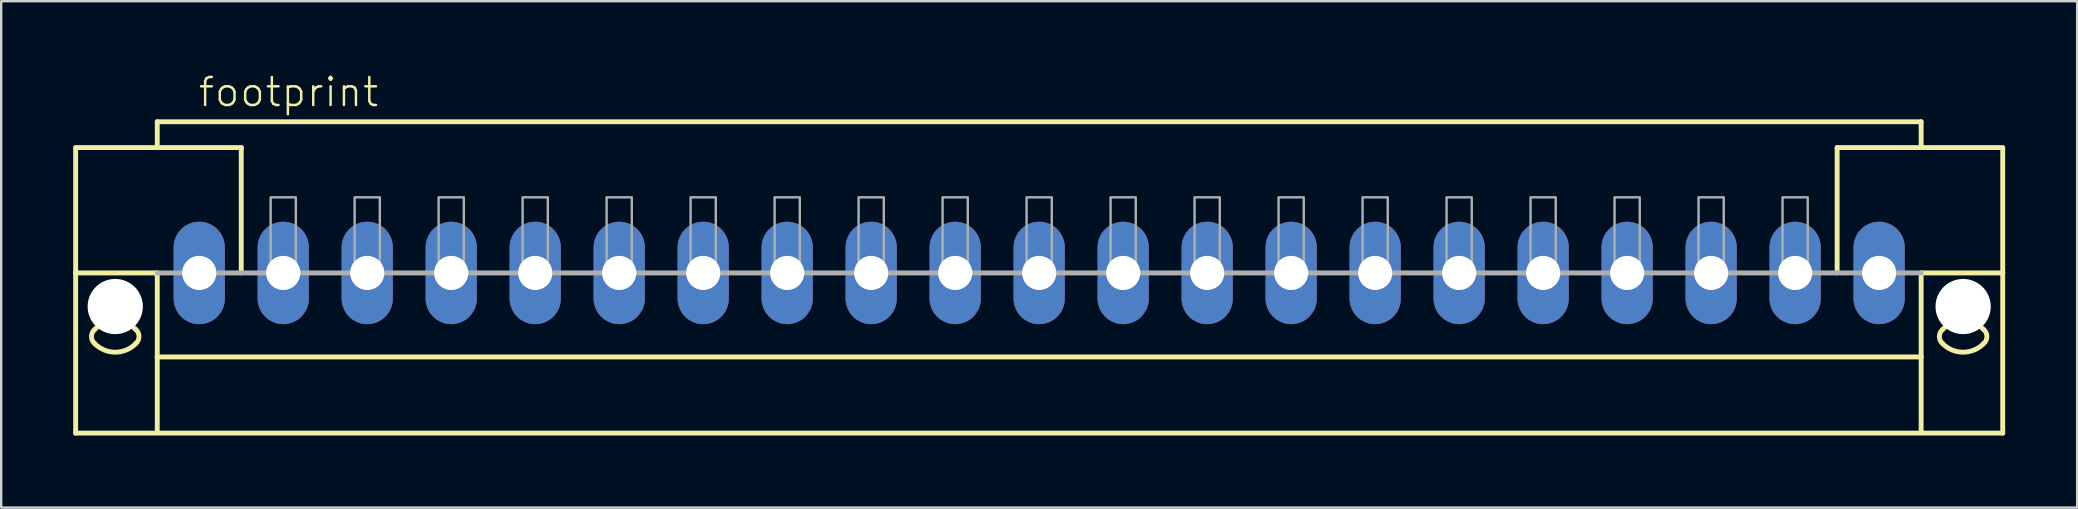
<source format=kicad_pcb>
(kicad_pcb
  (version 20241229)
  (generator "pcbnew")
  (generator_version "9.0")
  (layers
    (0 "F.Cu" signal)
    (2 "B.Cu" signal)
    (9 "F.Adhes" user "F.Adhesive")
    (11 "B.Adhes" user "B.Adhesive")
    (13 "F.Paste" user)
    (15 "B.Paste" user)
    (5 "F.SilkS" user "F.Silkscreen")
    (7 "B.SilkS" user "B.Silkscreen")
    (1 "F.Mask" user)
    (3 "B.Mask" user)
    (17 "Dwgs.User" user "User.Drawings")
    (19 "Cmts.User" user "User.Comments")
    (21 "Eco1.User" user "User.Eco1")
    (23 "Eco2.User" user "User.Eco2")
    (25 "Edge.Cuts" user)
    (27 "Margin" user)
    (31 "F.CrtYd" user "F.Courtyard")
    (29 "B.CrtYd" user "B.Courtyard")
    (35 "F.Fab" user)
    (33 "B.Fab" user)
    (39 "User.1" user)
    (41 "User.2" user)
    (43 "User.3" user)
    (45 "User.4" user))
  (footprint "footprint"
    (layer "F.Cu")
    (at 40.252 8.323)
    (property "Reference" "footprint" (at -35.1 -6.85 0) (layer "F.SilkS") (effects (font (size 1.168 1.168) (thickness 0.102)) (justify left bottom)))
    (fp_line (start -40.15 -5.225) (end -33.25 -5.225) (stroke (width 0.203) (type solid)) (layer "F.SilkS"))
    (fp_line (start -40.15 -5.2) (end -40.15 0) (stroke (width 0.203) (type solid)) (layer "F.SilkS"))
    (fp_line (start -40.15 0) (end -40.15 6.675) (stroke (width 0.203) (type solid)) (layer "F.SilkS"))
    (fp_line (start -40.15 0) (end -36.75 0) (stroke (width 0.203) (type solid)) (layer "F.SilkS"))
    (fp_line (start -40.15 6.675) (end 40.15 6.675) (stroke (width 0.203) (type solid)) (layer "F.SilkS"))
    (fp_line (start -36.75 -6.3) (end 36.75 -6.3) (stroke (width 0.203) (type solid)) (layer "F.SilkS"))
    (fp_line (start -36.75 -5.3) (end -36.75 -6.3) (stroke (width 0.203) (type solid)) (layer "F.SilkS"))
    (fp_line (start -36.75 0) (end -36.75 3.5) (stroke (width 0.203) (type solid)) (layer "F.SilkS"))
    (fp_line (start -36.75 3.5) (end 36.75 3.5) (stroke (width 0.203) (type solid)) (layer "F.SilkS"))
    (fp_line (start -36.75 6.65) (end -36.75 3.5) (stroke (width 0.203) (type solid)) (layer "F.SilkS"))
    (fp_line (start -33.25 -5.225) (end -33.25 -5.2) (stroke (width 0.203) (type solid)) (layer "F.SilkS"))
    (fp_line (start -33.25 -5.175) (end -33.25 0) (stroke (width 0.203) (type solid)) (layer "F.SilkS"))
    (fp_line (start 33.25 -5.225) (end 40.15 -5.225) (stroke (width 0.203) (type solid)) (layer "F.SilkS"))
    (fp_line (start 33.25 -5.2) (end 33.25 -5.225) (stroke (width 0.203) (type solid)) (layer "F.SilkS"))
    (fp_line (start 33.25 0) (end 33.25 -5.175) (stroke (width 0.203) (type solid)) (layer "F.SilkS"))
    (fp_line (start 36.75 -6.3) (end 36.75 -5.3) (stroke (width 0.203) (type solid)) (layer "F.SilkS"))
    (fp_line (start 36.75 3.5) (end 36.75 0) (stroke (width 0.203) (type solid)) (layer "F.SilkS"))
    (fp_line (start 36.75 6.65) (end 36.75 3.5) (stroke (width 0.203) (type solid)) (layer "F.SilkS"))
    (fp_line (start 40.15 0) (end 36.75 0) (stroke (width 0.203) (type solid)) (layer "F.SilkS"))
    (fp_line (start 40.15 0) (end 40.15 -5.2) (stroke (width 0.203) (type solid)) (layer "F.SilkS"))
    (fp_line (start 40.15 6.675) (end 40.15 0) (stroke (width 0.203) (type solid)) (layer "F.SilkS"))
    (fp_arc (start -39.35 2.35) (mid -38.5 1.997918) (end -37.65 2.35) (stroke (width 0.2032) (type solid)) (layer "F.SilkS"))
    (fp_arc (start -39.35 2.95) (mid -39.490512 2.65) (end -39.35 2.35) (stroke (width 0.2032) (type solid)) (layer "F.SilkS"))
    (fp_arc (start -37.65 2.95) (mid -38.5 3.302082) (end -39.35 2.95) (stroke (width 0.2032) (type solid)) (layer "F.SilkS"))
    (fp_arc (start -37.649999 2.350001) (mid -37.509487 2.650001) (end -37.65 2.95) (stroke (width 0.2032) (type solid)) (layer "F.SilkS"))
    (fp_arc (start 37.649999 2.949999) (mid 37.509487 2.649999) (end 37.65 2.35) (stroke (width 0.2032) (type solid)) (layer "F.SilkS"))
    (fp_arc (start 37.65 2.35) (mid 38.5 1.997918) (end 39.35 2.35) (stroke (width 0.2032) (type solid)) (layer "F.SilkS"))
    (fp_arc (start 39.35 2.35) (mid 39.490512 2.65) (end 39.35 2.95) (stroke (width 0.2032) (type solid)) (layer "F.SilkS"))
    (fp_arc (start 39.35 2.95) (mid 38.5 3.302082) (end 37.65 2.95) (stroke (width 0.2032) (type solid)) (layer "F.SilkS"))
    (fp_line (start 36.75 0) (end -36.75 0) (stroke (width 0.203) (type solid)) (layer "F.Fab"))
    (fp_poly (pts (xy -32.025 0) (xy -30.975 0) (xy -30.975 -3.15) (xy -32.025 -3.15)) (stroke (width 0.1) (type solid)) (fill no) (layer "F.Fab"))
    (fp_poly (pts (xy -28.525 0) (xy -27.475 0) (xy -27.475 -3.15) (xy -28.525 -3.15)) (stroke (width 0.1) (type solid)) (fill no) (layer "F.Fab"))
    (fp_poly (pts (xy -25.025 0) (xy -23.975 0) (xy -23.975 -3.15) (xy -25.025 -3.15)) (stroke (width 0.1) (type solid)) (fill no) (layer "F.Fab"))
    (fp_poly (pts (xy -21.525 0) (xy -20.475 0) (xy -20.475 -3.15) (xy -21.525 -3.15)) (stroke (width 0.1) (type solid)) (fill no) (layer "F.Fab"))
    (fp_poly (pts (xy -18.025 0) (xy -16.975 0) (xy -16.975 -3.15) (xy -18.025 -3.15)) (stroke (width 0.1) (type solid)) (fill no) (layer "F.Fab"))
    (fp_poly (pts (xy -14.525 0) (xy -13.475 0) (xy -13.475 -3.15) (xy -14.525 -3.15)) (stroke (width 0.1) (type solid)) (fill no) (layer "F.Fab"))
    (fp_poly (pts (xy -11.025 0) (xy -9.975 0) (xy -9.975 -3.15) (xy -11.025 -3.15)) (stroke (width 0.1) (type solid)) (fill no) (layer "F.Fab"))
    (fp_poly (pts (xy -7.525 0) (xy -6.475 0) (xy -6.475 -3.15) (xy -7.525 -3.15)) (stroke (width 0.1) (type solid)) (fill no) (layer "F.Fab"))
    (fp_poly (pts (xy -4.025 0) (xy -2.975 0) (xy -2.975 -3.15) (xy -4.025 -3.15)) (stroke (width 0.1) (type solid)) (fill no) (layer "F.Fab"))
    (fp_poly (pts (xy -0.525 0) (xy 0.525 0) (xy 0.525 -3.15) (xy -0.525 -3.15)) (stroke (width 0.1) (type solid)) (fill no) (layer "F.Fab"))
    (fp_poly (pts (xy 2.975 0) (xy 4.025 0) (xy 4.025 -3.15) (xy 2.975 -3.15)) (stroke (width 0.1) (type solid)) (fill no) (layer "F.Fab"))
    (fp_poly (pts (xy 6.475 0) (xy 7.525 0) (xy 7.525 -3.15) (xy 6.475 -3.15)) (stroke (width 0.1) (type solid)) (fill no) (layer "F.Fab"))
    (fp_poly (pts (xy 9.975 0) (xy 11.025 0) (xy 11.025 -3.15) (xy 9.975 -3.15)) (stroke (width 0.1) (type solid)) (fill no) (layer "F.Fab"))
    (fp_poly (pts (xy 13.475 0) (xy 14.525 0) (xy 14.525 -3.15) (xy 13.475 -3.15)) (stroke (width 0.1) (type solid)) (fill no) (layer "F.Fab"))
    (fp_poly (pts (xy 16.975 0) (xy 18.025 0) (xy 18.025 -3.15) (xy 16.975 -3.15)) (stroke (width 0.1) (type solid)) (fill no) (layer "F.Fab"))
    (fp_poly (pts (xy 20.475 0) (xy 21.525 0) (xy 21.525 -3.15) (xy 20.475 -3.15)) (stroke (width 0.1) (type solid)) (fill no) (layer "F.Fab"))
    (fp_poly (pts (xy 23.975 0) (xy 25.025 0) (xy 25.025 -3.15) (xy 23.975 -3.15)) (stroke (width 0.1) (type solid)) (fill no) (layer "F.Fab"))
    (fp_poly (pts (xy 27.475 0) (xy 28.525 0) (xy 28.525 -3.15) (xy 27.475 -3.15)) (stroke (width 0.1) (type solid)) (fill no) (layer "F.Fab"))
    (fp_poly (pts (xy 30.975 0) (xy 32.025 0) (xy 32.025 -3.15) (xy 30.975 -3.15)) (stroke (width 0.1) (type solid)) (fill no) (layer "F.Fab"))
    (pad "" np_thru_hole circle (at -38.5 1.4) (size 2.3 2.3) (drill 2.3) (layers "*.Cu" "*.Mask"))
    (pad "" np_thru_hole circle (at 38.5 1.4) (size 2.3 2.3) (drill 2.3) (layers "*.Cu" "*.Mask"))
    (pad "1" thru_hole oval (at -35 0 90) (size 4.267 2.134) (drill 1.422) (layers "*.Cu" "*.Mask"))
    (pad "2" thru_hole oval (at -31.5 0 90) (size 4.267 2.134) (drill 1.422) (layers "*.Cu" "*.Mask"))
    (pad "3" thru_hole oval (at -28 0 90) (size 4.267 2.134) (drill 1.422) (layers "*.Cu" "*.Mask"))
    (pad "4" thru_hole oval (at -24.5 0 90) (size 4.267 2.134) (drill 1.422) (layers "*.Cu" "*.Mask"))
    (pad "5" thru_hole oval (at -21 0 90) (size 4.267 2.134) (drill 1.422) (layers "*.Cu" "*.Mask"))
    (pad "6" thru_hole oval (at -17.5 0 90) (size 4.267 2.134) (drill 1.422) (layers "*.Cu" "*.Mask"))
    (pad "7" thru_hole oval (at -14 0 90) (size 4.267 2.134) (drill 1.422) (layers "*.Cu" "*.Mask"))
    (pad "8" thru_hole oval (at -10.5 0 90) (size 4.267 2.134) (drill 1.422) (layers "*.Cu" "*.Mask"))
    (pad "9" thru_hole oval (at -7 0 90) (size 4.267 2.134) (drill 1.422) (layers "*.Cu" "*.Mask"))
    (pad "10" thru_hole oval (at -3.5 0 90) (size 4.267 2.134) (drill 1.422) (layers "*.Cu" "*.Mask"))
    (pad "11" thru_hole oval (at 0 0 90) (size 4.267 2.134) (drill 1.422) (layers "*.Cu" "*.Mask"))
    (pad "12" thru_hole oval (at 3.5 0 90) (size 4.267 2.134) (drill 1.422) (layers "*.Cu" "*.Mask"))
    (pad "13" thru_hole oval (at 7 0 90) (size 4.267 2.134) (drill 1.422) (layers "*.Cu" "*.Mask"))
    (pad "14" thru_hole oval (at 10.5 0 90) (size 4.267 2.134) (drill 1.422) (layers "*.Cu" "*.Mask"))
    (pad "15" thru_hole oval (at 14 0 90) (size 4.267 2.134) (drill 1.422) (layers "*.Cu" "*.Mask"))
    (pad "16" thru_hole oval (at 17.5 0 90) (size 4.267 2.134) (drill 1.422) (layers "*.Cu" "*.Mask"))
    (pad "17" thru_hole oval (at 21 0 90) (size 4.267 2.134) (drill 1.422) (layers "*.Cu" "*.Mask"))
    (pad "18" thru_hole oval (at 24.5 0 90) (size 4.267 2.134) (drill 1.422) (layers "*.Cu" "*.Mask"))
    (pad "19" thru_hole oval (at 28 0 90) (size 4.267 2.134) (drill 1.422) (layers "*.Cu" "*.Mask"))
    (pad "20" thru_hole oval (at 31.5 0 90) (size 4.267 2.134) (drill 1.422) (layers "*.Cu" "*.Mask"))
    (pad "21" thru_hole oval (at 35 0 90) (size 4.267 2.134) (drill 1.422) (layers "*.Cu" "*.Mask")))
  (gr_rect
    (start -3 -3)
    (end 83.503 18.1)
    (stroke (width 0.1) (type default))
    (fill no)
    (layer "Edge.Cuts")))
</source>
